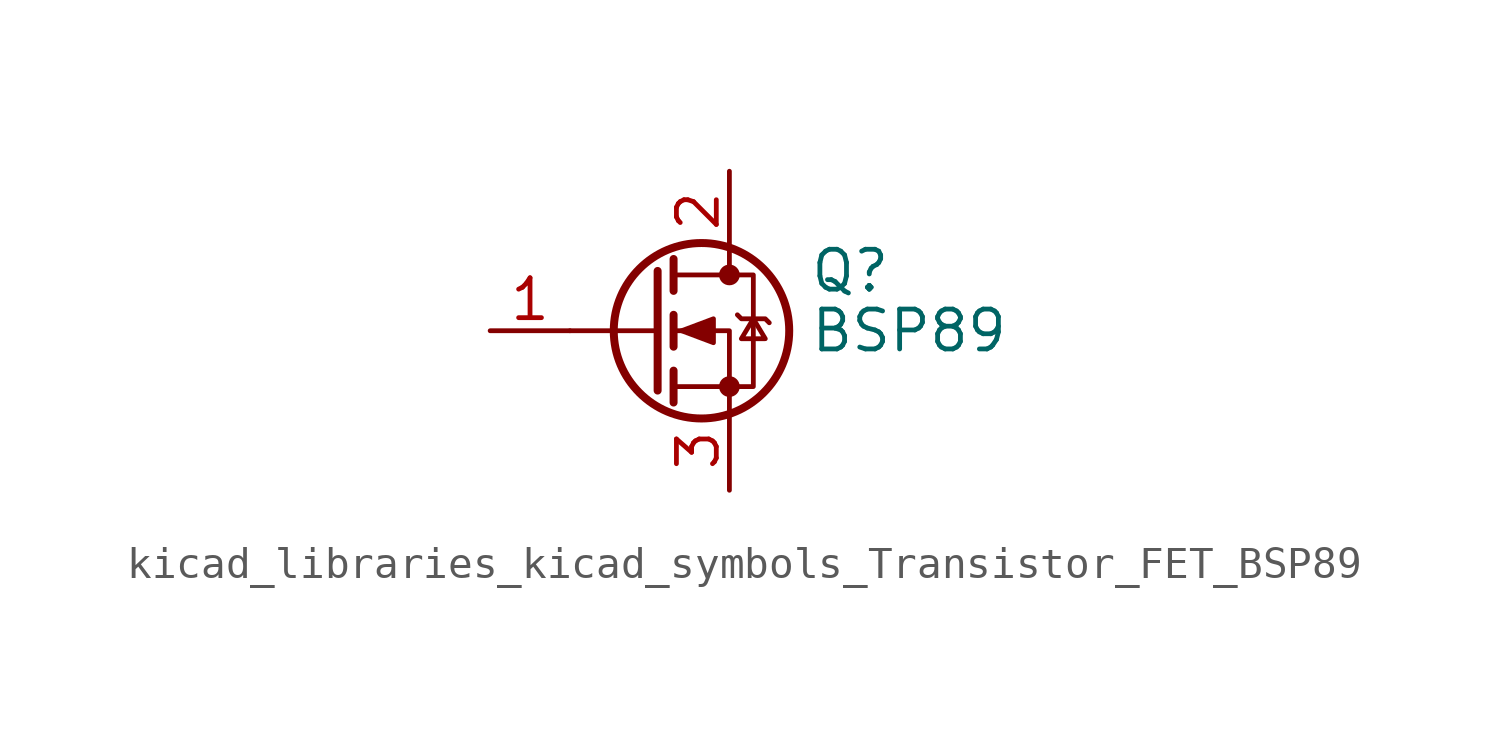
<source format=kicad_sym>
(kicad_symbol_lib
  (version 20220914)
  (generator kicad_symbol_editor)
  (symbol "kicad_libraries_kicad_symbols_Transistor_FET_BSP89"
    (pin_names hide)
    (property "Reference" "Q"
      (at 5.08 1.905 0)
      (effects (font (size 1.27 1.27)) (justify left)))
    (property "Value" "BSP89"
      (at 5.08 0 0)
      (effects (font (size 1.27 1.27)) (justify left)))
    (symbol "kicad_libraries_kicad_symbols_Transistor_FET_BSP89_0_1"
      (polyline (pts (xy 0.254 0) (xy -2.54 0)) (stroke (width 0) (type default)) (fill (type none)))
      (polyline (pts (xy 0.254 1.905) (xy 0.254 -1.905)) (stroke (width 0.254) (type default)) (fill (type none)))
      (polyline (pts (xy 0.762 -1.27) (xy 0.762 -2.286)) (stroke (width 0.254) (type default)) (fill (type none)))
      (polyline (pts (xy 0.762 0.508) (xy 0.762 -0.508)) (stroke (width 0.254) (type default)) (fill (type none)))
      (polyline (pts (xy 0.762 2.286) (xy 0.762 1.27)) (stroke (width 0.254) (type default)) (fill (type none)))
      (polyline (pts (xy 2.54 2.54) (xy 2.54 1.778)) (stroke (width 0) (type default)) (fill (type none)))
      (polyline (pts (xy 2.54 -2.54) (xy 2.54 0) (xy 0.762 0)) (stroke (width 0) (type default)) (fill (type none)))
      (polyline (pts (xy 0.762 -1.778) (xy 3.302 -1.778) (xy 3.302 1.778) (xy 0.762 1.778)) (stroke (width 0) (type default)) (fill (type none)))
      (polyline (pts (xy 1.016 0) (xy 2.032 0.381) (xy 2.032 -0.381) (xy 1.016 0)) (stroke (width 0) (type default)) (fill (type outline)))
      (polyline (pts (xy 2.794 0.508) (xy 2.921 0.381) (xy 3.683 0.381) (xy 3.81 0.254)) (stroke (width 0) (type default)) (fill (type none)))
      (polyline (pts (xy 3.302 0.381) (xy 2.921 -0.254) (xy 3.683 -0.254) (xy 3.302 0.381)) (stroke (width 0) (type default)) (fill (type none)))
      (circle (center 1.651 0) (radius 2.794) (stroke (width 0.254) (type default)) (fill (type none)))
      (circle (center 2.54 -1.778) (radius 0.254) (stroke (width 0) (type default)) (fill (type outline)))
      (circle (center 2.54 1.778) (radius 0.254) (stroke (width 0) (type default)) (fill (type outline))))
    (symbol "kicad_libraries_kicad_symbols_Transistor_FET_BSP89_1_1"
      (pin input line (at -5.08 0 0) (length 2.54) (name "G" (effects (font (size 1.27 1.27)))) (number "1" (effects (font (size 1.27 1.27)))))
      (pin passive line (at 2.54 5.08 270) (length 2.54) (name "D" (effects (font (size 1.27 1.27)))) (number "2" (effects (font (size 1.27 1.27)))))
      (pin passive line (at 2.54 -5.08 90) (length 2.54) (name "S" (effects (font (size 1.27 1.27)))) (number "3" (effects (font (size 1.27 1.27))))))))
</source>
